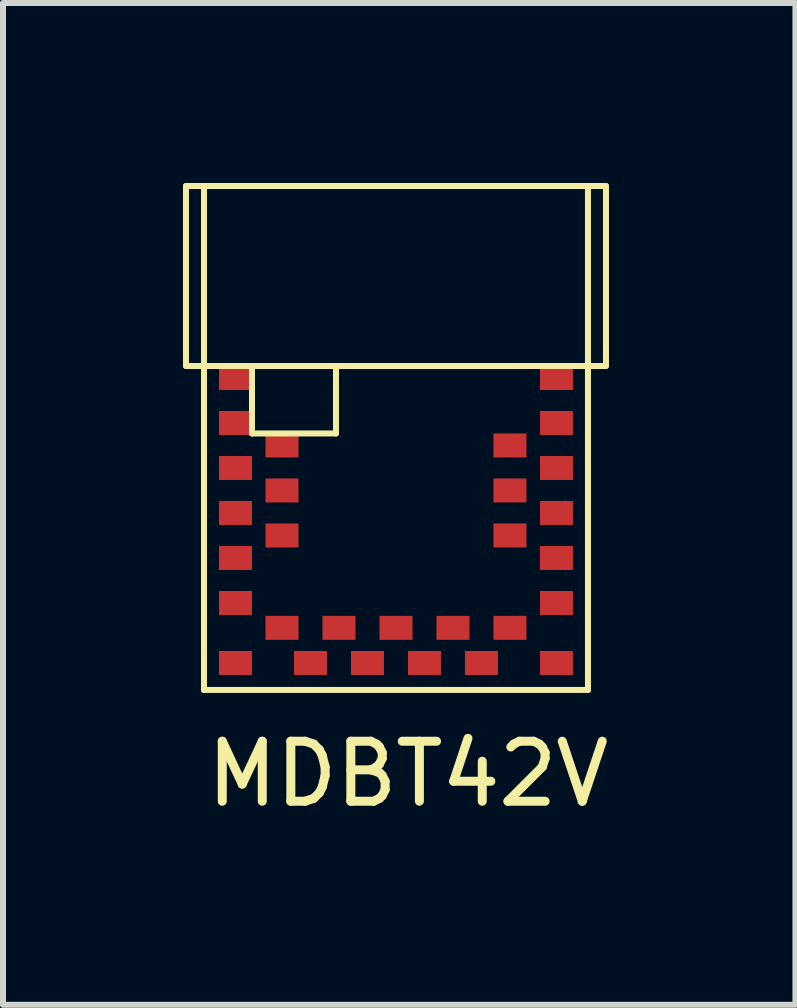
<source format=kicad_pcb>
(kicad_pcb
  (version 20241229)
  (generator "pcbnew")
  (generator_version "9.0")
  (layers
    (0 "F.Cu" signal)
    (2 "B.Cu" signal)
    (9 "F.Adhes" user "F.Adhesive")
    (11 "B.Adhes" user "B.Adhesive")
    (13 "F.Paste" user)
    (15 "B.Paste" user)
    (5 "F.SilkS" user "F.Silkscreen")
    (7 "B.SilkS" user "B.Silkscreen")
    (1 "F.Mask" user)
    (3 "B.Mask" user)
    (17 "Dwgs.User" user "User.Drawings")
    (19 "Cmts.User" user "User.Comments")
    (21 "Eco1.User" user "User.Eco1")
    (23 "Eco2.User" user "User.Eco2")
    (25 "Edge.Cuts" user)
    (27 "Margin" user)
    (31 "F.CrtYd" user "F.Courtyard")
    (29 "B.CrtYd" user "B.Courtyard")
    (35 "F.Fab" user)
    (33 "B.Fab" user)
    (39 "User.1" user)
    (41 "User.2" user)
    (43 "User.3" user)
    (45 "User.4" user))
  (footprint "MDBT42V"
    (layer "F.Cu")
    (at 0.35 8.45)
    (property "Reference" "MDBT42V" (at 3.4 1.4 0) (layer "F.SilkS") (effects (font (size 1 1) (thickness 0.15))))
    (attr through_hole)
    (fp_line (start -0.3 -8.4) (end -0.3 -5.4) (stroke (width 0.1) (type solid)) (layer "F.SilkS"))
    (fp_line (start -0.3 -5.4) (end 6.7 -5.4) (stroke (width 0.1) (type solid)) (layer "F.SilkS"))
    (fp_line (start 0 -8.4) (end 6.4 -8.4) (stroke (width 0.1) (type solid)) (layer "F.SilkS"))
    (fp_line (start 0 0) (end 0 -8.4) (stroke (width 0.1) (type solid)) (layer "F.SilkS"))
    (fp_line (start 0.8 -5.4) (end 0.8 -4.275) (stroke (width 0.1) (type solid)) (layer "F.SilkS"))
    (fp_line (start 0.8 -4.275) (end 2.2 -4.275) (stroke (width 0.1) (type solid)) (layer "F.SilkS"))
    (fp_line (start 2.2 -5.4) (end 2.2 -4.275) (stroke (width 0.1) (type solid)) (layer "F.SilkS"))
    (fp_line (start 6.4 -8.4) (end 6.4 0) (stroke (width 0.1) (type solid)) (layer "F.SilkS"))
    (fp_line (start 6.4 0) (end 0 0) (stroke (width 0.1) (type solid)) (layer "F.SilkS"))
    (fp_line (start 6.7 -8.4) (end -0.3 -8.4) (stroke (width 0.1) (type solid)) (layer "F.SilkS"))
    (fp_line (start 6.7 -5.4) (end 6.7 -8.4) (stroke (width 0.1) (type solid)) (layer "F.SilkS"))
    (pad "1" smd rect (at 0.525 -5.2) (size 0.55 0.4) (layers "F.Cu" "F.Mask" "F.Paste"))
    (pad "2" smd rect (at 0.525 -4.45) (size 0.55 0.4) (layers "F.Cu" "F.Mask" "F.Paste"))
    (pad "3" smd rect (at 1.3 -4.075) (size 0.55 0.4) (layers "F.Cu" "F.Mask" "F.Paste"))
    (pad "4" smd rect (at 0.525 -3.7) (size 0.55 0.4) (layers "F.Cu" "F.Mask" "F.Paste"))
    (pad "5" smd rect (at 1.3 -3.325) (size 0.55 0.4) (layers "F.Cu" "F.Mask" "F.Paste"))
    (pad "6" smd rect (at 0.525 -2.95) (size 0.55 0.4) (layers "F.Cu" "F.Mask" "F.Paste"))
    (pad "7" smd rect (at 1.3 -2.575) (size 0.55 0.4) (layers "F.Cu" "F.Mask" "F.Paste"))
    (pad "8" smd rect (at 0.525 -2.2) (size 0.55 0.4) (layers "F.Cu" "F.Mask" "F.Paste"))
    (pad "9" smd rect (at 0.525 -1.45) (size 0.55 0.4) (layers "F.Cu" "F.Mask" "F.Paste"))
    (pad "10" smd rect (at 0.525 -0.45) (size 0.55 0.4) (layers "F.Cu" "F.Mask" "F.Paste"))
    (pad "11" smd rect (at 1.3 -1.035) (size 0.55 0.4) (layers "F.Cu" "F.Mask" "F.Paste"))
    (pad "12" smd rect (at 1.775 -0.45) (size 0.55 0.4) (layers "F.Cu" "F.Mask" "F.Paste"))
    (pad "13" smd rect (at 2.25 -1.035) (size 0.55 0.4) (layers "F.Cu" "F.Mask" "F.Paste"))
    (pad "14" smd rect (at 2.725 -0.45) (size 0.55 0.4) (layers "F.Cu" "F.Mask" "F.Paste"))
    (pad "15" smd rect (at 3.2 -1.035) (size 0.55 0.4) (layers "F.Cu" "F.Mask" "F.Paste"))
    (pad "16" smd rect (at 3.675 -0.45) (size 0.55 0.4) (layers "F.Cu" "F.Mask" "F.Paste"))
    (pad "17" smd rect (at 4.15 -1.035) (size 0.55 0.4) (layers "F.Cu" "F.Mask" "F.Paste"))
    (pad "18" smd rect (at 4.625 -0.45) (size 0.55 0.4) (layers "F.Cu" "F.Mask" "F.Paste"))
    (pad "19" smd rect (at 5.1 -1.035) (size 0.55 0.4) (layers "F.Cu" "F.Mask" "F.Paste"))
    (pad "20" smd rect (at 5.875 -0.45) (size 0.55 0.4) (layers "F.Cu" "F.Mask" "F.Paste"))
    (pad "21" smd rect (at 5.875 -1.45) (size 0.55 0.4) (layers "F.Cu" "F.Mask" "F.Paste"))
    (pad "22" smd rect (at 5.875 -2.2) (size 0.55 0.4) (layers "F.Cu" "F.Mask" "F.Paste"))
    (pad "23" smd rect (at 5.1 -2.575) (size 0.55 0.4) (layers "F.Cu" "F.Mask" "F.Paste"))
    (pad "24" smd rect (at 5.875 -2.95) (size 0.55 0.4) (layers "F.Cu" "F.Mask" "F.Paste"))
    (pad "25" smd rect (at 5.1 -3.325) (size 0.55 0.4) (layers "F.Cu" "F.Mask" "F.Paste"))
    (pad "26" smd rect (at 5.875 -3.7) (size 0.55 0.4) (layers "F.Cu" "F.Mask" "F.Paste"))
    (pad "27" smd rect (at 5.1 -4.075) (size 0.55 0.4) (layers "F.Cu" "F.Mask" "F.Paste"))
    (pad "28" smd rect (at 5.875 -4.45) (size 0.55 0.4) (layers "F.Cu" "F.Mask" "F.Paste"))
    (pad "29" smd rect (at 5.875 -5.2) (size 0.55 0.4) (layers "F.Cu" "F.Mask" "F.Paste")))
  (gr_rect
    (start -3 -3)
    (end 10.208 13.698)
    (stroke (width 0.1) (type default))
    (fill no)
    (layer "Edge.Cuts")))
</source>
